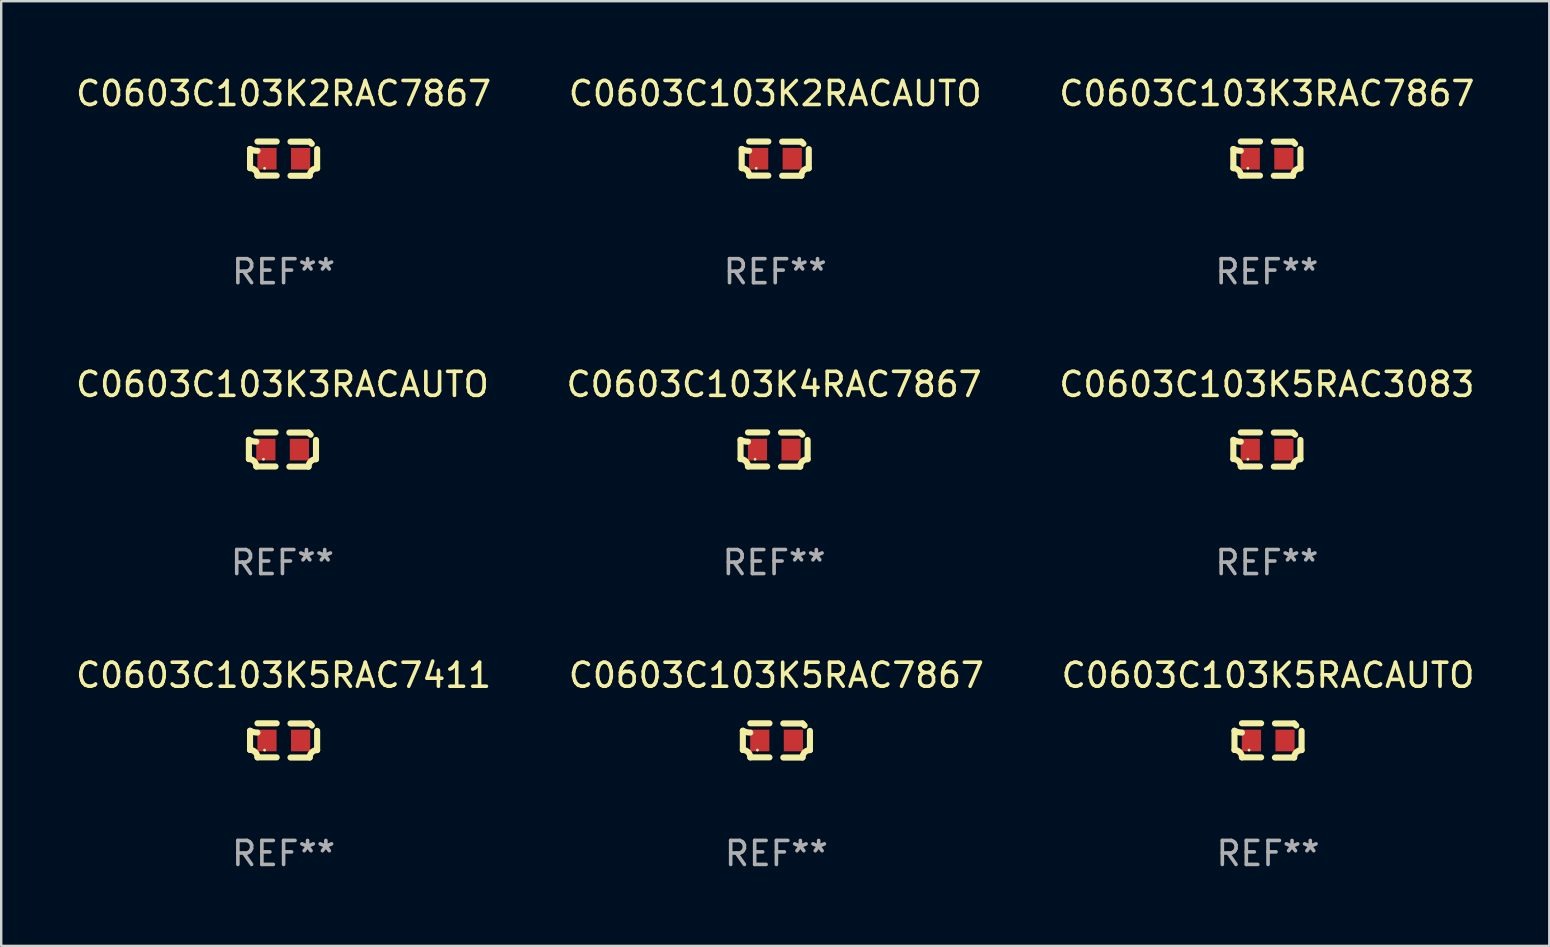
<source format=kicad_pcb>
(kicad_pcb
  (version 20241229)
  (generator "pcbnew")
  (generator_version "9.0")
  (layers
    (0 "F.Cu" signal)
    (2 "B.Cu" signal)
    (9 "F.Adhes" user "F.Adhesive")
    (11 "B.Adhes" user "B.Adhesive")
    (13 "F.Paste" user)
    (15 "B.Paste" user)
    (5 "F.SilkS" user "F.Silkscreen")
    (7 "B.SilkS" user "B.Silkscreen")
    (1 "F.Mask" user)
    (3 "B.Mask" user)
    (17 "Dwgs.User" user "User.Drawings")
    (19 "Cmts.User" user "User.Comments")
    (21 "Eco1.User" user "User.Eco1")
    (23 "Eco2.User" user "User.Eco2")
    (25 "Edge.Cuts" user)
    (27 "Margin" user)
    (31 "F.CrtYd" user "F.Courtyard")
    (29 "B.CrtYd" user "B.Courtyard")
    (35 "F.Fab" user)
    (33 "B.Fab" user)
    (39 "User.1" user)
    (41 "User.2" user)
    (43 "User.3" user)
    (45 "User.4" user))
  (footprint "C0603C103K3RAC7867"
    (layer "F.Cu")
    (at 49.744 3.561)
    (property "Reference" "C0603C103K3RAC7867" (at 0 -2.713 0) (layer "F.SilkS") (effects (font (size 1 1) (thickness 0.15))))
    (attr through_hole)
    (fp_line (start -1.398 -0.403) (end -1.398 0.397) (stroke (width 0.254) (type solid)) (layer "F.SilkS"))
    (fp_line (start -0.288 -0.713) (end -1.088 -0.713) (stroke (width 0.254) (type solid)) (layer "F.SilkS"))
    (fp_line (start -0.288 0.707) (end -1.088 0.707) (stroke (width 0.254) (type solid)) (layer "F.SilkS"))
    (fp_line (start 0.288 -0.707) (end 1.088 -0.707) (stroke (width 0.254) (type solid)) (layer "F.SilkS"))
    (fp_line (start 0.288 0.713) (end 1.088 0.713) (stroke (width 0.254) (type solid)) (layer "F.SilkS"))
    (fp_line (start 1.398 -0.397) (end 1.398 0.403) (stroke (width 0.254) (type solid)) (layer "F.SilkS"))
    (fp_arc (start -1.397789 0.397066) (mid -1.178701 0.487826) (end -1.08796 0.706922) (stroke (width 0.254001) (type solid)) (layer "F.SilkS"))
    (fp_arc (start -1.08796 -0.327176) (mid -1.247436 -0.346384) (end -1.39779 -0.402908) (stroke (width 0.254001) (type solid)) (layer "F.SilkS"))
    (fp_arc (start 1.087909 0.712738) (mid 1.178656 0.493655) (end 1.397739 0.402908) (stroke (width 0.254001) (type solid)) (layer "F.SilkS"))
    (fp_arc (start 1.175925 -0.618926) (mid 1.131917 -0.662923) (end 1.08791 -0.706922) (stroke (width 0.254001) (type solid)) (layer "F.SilkS"))
    (fp_circle (center -0.792 0.403) (end -0.762 0.403) (stroke (width 0.06) (type solid)) (fill no) (layer "F.SilkS"))
    (fp_text user "REF**" (at 0 4.713 0) (layer "F.Fab") (effects (font (size 1 1) (thickness 0.15))))
    (pad "1" smd rect (at -0.692 0.003) (size 0.8 0.9) (layers "F.Cu" "F.Mask" "F.Paste"))
    (pad "2" smd rect (at 0.708 0.003) (size 0.8 0.9) (layers "F.Cu" "F.Mask" "F.Paste")))
  (footprint "C0603C103K5RAC7867"
    (layer "F.Cu")
    (at 29.304 27.805)
    (property "Reference" "C0603C103K5RAC7867" (at 0 -2.713 0) (layer "F.SilkS") (effects (font (size 1 1) (thickness 0.15))))
    (attr through_hole)
    (fp_line (start -1.398 -0.403) (end -1.398 0.397) (stroke (width 0.254) (type solid)) (layer "F.SilkS"))
    (fp_line (start -0.288 -0.713) (end -1.088 -0.713) (stroke (width 0.254) (type solid)) (layer "F.SilkS"))
    (fp_line (start -0.288 0.707) (end -1.088 0.707) (stroke (width 0.254) (type solid)) (layer "F.SilkS"))
    (fp_line (start 0.288 -0.707) (end 1.088 -0.707) (stroke (width 0.254) (type solid)) (layer "F.SilkS"))
    (fp_line (start 0.288 0.713) (end 1.088 0.713) (stroke (width 0.254) (type solid)) (layer "F.SilkS"))
    (fp_line (start 1.398 -0.397) (end 1.398 0.403) (stroke (width 0.254) (type solid)) (layer "F.SilkS"))
    (fp_arc (start -1.397789 0.397066) (mid -1.178701 0.487826) (end -1.08796 0.706922) (stroke (width 0.254001) (type solid)) (layer "F.SilkS"))
    (fp_arc (start -1.08796 -0.327176) (mid -1.247436 -0.346384) (end -1.39779 -0.402908) (stroke (width 0.254001) (type solid)) (layer "F.SilkS"))
    (fp_arc (start 1.087909 0.712738) (mid 1.178656 0.493655) (end 1.397739 0.402908) (stroke (width 0.254001) (type solid)) (layer "F.SilkS"))
    (fp_arc (start 1.175925 -0.618926) (mid 1.131917 -0.662923) (end 1.08791 -0.706922) (stroke (width 0.254001) (type solid)) (layer "F.SilkS"))
    (fp_circle (center -0.792 0.403) (end -0.762 0.403) (stroke (width 0.06) (type solid)) (fill no) (layer "F.SilkS"))
    (fp_text user "REF**" (at 0 4.713 0) (layer "F.Fab") (effects (font (size 1 1) (thickness 0.15))))
    (pad "1" smd rect (at -0.692 0.003) (size 0.8 0.9) (layers "F.Cu" "F.Mask" "F.Paste"))
    (pad "2" smd rect (at 0.708 0.003) (size 0.8 0.9) (layers "F.Cu" "F.Mask" "F.Paste")))
  (footprint "C0603C103K2RAC7867"
    (layer "F.Cu")
    (at 8.768 3.561)
    (property "Reference" "C0603C103K2RAC7867" (at 0 -2.713 0) (layer "F.SilkS") (effects (font (size 1 1) (thickness 0.15))))
    (attr through_hole)
    (fp_line (start -1.398 -0.403) (end -1.398 0.397) (stroke (width 0.254) (type solid)) (layer "F.SilkS"))
    (fp_line (start -0.288 -0.713) (end -1.088 -0.713) (stroke (width 0.254) (type solid)) (layer "F.SilkS"))
    (fp_line (start -0.288 0.707) (end -1.088 0.707) (stroke (width 0.254) (type solid)) (layer "F.SilkS"))
    (fp_line (start 0.288 -0.707) (end 1.088 -0.707) (stroke (width 0.254) (type solid)) (layer "F.SilkS"))
    (fp_line (start 0.288 0.713) (end 1.088 0.713) (stroke (width 0.254) (type solid)) (layer "F.SilkS"))
    (fp_line (start 1.398 -0.397) (end 1.398 0.403) (stroke (width 0.254) (type solid)) (layer "F.SilkS"))
    (fp_arc (start -1.397789 0.397066) (mid -1.178701 0.487826) (end -1.08796 0.706922) (stroke (width 0.254001) (type solid)) (layer "F.SilkS"))
    (fp_arc (start -1.08796 -0.327176) (mid -1.247436 -0.346384) (end -1.39779 -0.402908) (stroke (width 0.254001) (type solid)) (layer "F.SilkS"))
    (fp_arc (start 1.087909 0.712738) (mid 1.178656 0.493655) (end 1.397739 0.402908) (stroke (width 0.254001) (type solid)) (layer "F.SilkS"))
    (fp_arc (start 1.175925 -0.618926) (mid 1.131917 -0.662923) (end 1.08791 -0.706922) (stroke (width 0.254001) (type solid)) (layer "F.SilkS"))
    (fp_circle (center -0.792 0.403) (end -0.762 0.403) (stroke (width 0.06) (type solid)) (fill no) (layer "F.SilkS"))
    (fp_text user "REF**" (at 0 4.713 0) (layer "F.Fab") (effects (font (size 1 1) (thickness 0.15))))
    (pad "1" smd rect (at -0.692 0.003) (size 0.8 0.9) (layers "F.Cu" "F.Mask" "F.Paste"))
    (pad "2" smd rect (at 0.708 0.003) (size 0.8 0.9) (layers "F.Cu" "F.Mask" "F.Paste")))
  (footprint "C0603C103K2RACAUTO"
    (layer "F.Cu")
    (at 29.256 3.561)
    (property "Reference" "C0603C103K2RACAUTO" (at 0 -2.713 0) (layer "F.SilkS") (effects (font (size 1 1) (thickness 0.15))))
    (attr through_hole)
    (fp_line (start -1.398 -0.403) (end -1.398 0.397) (stroke (width 0.254) (type solid)) (layer "F.SilkS"))
    (fp_line (start -0.288 -0.713) (end -1.088 -0.713) (stroke (width 0.254) (type solid)) (layer "F.SilkS"))
    (fp_line (start -0.288 0.707) (end -1.088 0.707) (stroke (width 0.254) (type solid)) (layer "F.SilkS"))
    (fp_line (start 0.288 -0.707) (end 1.088 -0.707) (stroke (width 0.254) (type solid)) (layer "F.SilkS"))
    (fp_line (start 0.288 0.713) (end 1.088 0.713) (stroke (width 0.254) (type solid)) (layer "F.SilkS"))
    (fp_line (start 1.398 -0.397) (end 1.398 0.403) (stroke (width 0.254) (type solid)) (layer "F.SilkS"))
    (fp_arc (start -1.397789 0.397066) (mid -1.178701 0.487826) (end -1.08796 0.706922) (stroke (width 0.254001) (type solid)) (layer "F.SilkS"))
    (fp_arc (start -1.08796 -0.327176) (mid -1.247436 -0.346384) (end -1.39779 -0.402908) (stroke (width 0.254001) (type solid)) (layer "F.SilkS"))
    (fp_arc (start 1.087909 0.712738) (mid 1.178656 0.493655) (end 1.397739 0.402908) (stroke (width 0.254001) (type solid)) (layer "F.SilkS"))
    (fp_arc (start 1.175925 -0.618926) (mid 1.131917 -0.662923) (end 1.08791 -0.706922) (stroke (width 0.254001) (type solid)) (layer "F.SilkS"))
    (fp_circle (center -0.792 0.403) (end -0.762 0.403) (stroke (width 0.06) (type solid)) (fill no) (layer "F.SilkS"))
    (fp_text user "REF**" (at 0 4.713 0) (layer "F.Fab") (effects (font (size 1 1) (thickness 0.15))))
    (pad "1" smd rect (at -0.692 0.003) (size 0.8 0.9) (layers "F.Cu" "F.Mask" "F.Paste"))
    (pad "2" smd rect (at 0.708 0.003) (size 0.8 0.9) (layers "F.Cu" "F.Mask" "F.Paste")))
  (footprint "C0603C103K5RACAUTO"
    (layer "F.Cu")
    (at 49.792 27.805)
    (property "Reference" "C0603C103K5RACAUTO" (at 0 -2.713 0) (layer "F.SilkS") (effects (font (size 1 1) (thickness 0.15))))
    (attr through_hole)
    (fp_line (start -1.398 -0.403) (end -1.398 0.397) (stroke (width 0.254) (type solid)) (layer "F.SilkS"))
    (fp_line (start -0.288 -0.713) (end -1.088 -0.713) (stroke (width 0.254) (type solid)) (layer "F.SilkS"))
    (fp_line (start -0.288 0.707) (end -1.088 0.707) (stroke (width 0.254) (type solid)) (layer "F.SilkS"))
    (fp_line (start 0.288 -0.707) (end 1.088 -0.707) (stroke (width 0.254) (type solid)) (layer "F.SilkS"))
    (fp_line (start 0.288 0.713) (end 1.088 0.713) (stroke (width 0.254) (type solid)) (layer "F.SilkS"))
    (fp_line (start 1.398 -0.397) (end 1.398 0.403) (stroke (width 0.254) (type solid)) (layer "F.SilkS"))
    (fp_arc (start -1.397789 0.397066) (mid -1.178701 0.487826) (end -1.08796 0.706922) (stroke (width 0.254001) (type solid)) (layer "F.SilkS"))
    (fp_arc (start -1.08796 -0.327176) (mid -1.247436 -0.346384) (end -1.39779 -0.402908) (stroke (width 0.254001) (type solid)) (layer "F.SilkS"))
    (fp_arc (start 1.087909 0.712738) (mid 1.178656 0.493655) (end 1.397739 0.402908) (stroke (width 0.254001) (type solid)) (layer "F.SilkS"))
    (fp_arc (start 1.175925 -0.618926) (mid 1.131917 -0.662923) (end 1.08791 -0.706922) (stroke (width 0.254001) (type solid)) (layer "F.SilkS"))
    (fp_circle (center -0.792 0.403) (end -0.762 0.403) (stroke (width 0.06) (type solid)) (fill no) (layer "F.SilkS"))
    (fp_text user "REF**" (at 0 4.713 0) (layer "F.Fab") (effects (font (size 1 1) (thickness 0.15))))
    (pad "1" smd rect (at -0.692 0.003) (size 0.8 0.9) (layers "F.Cu" "F.Mask" "F.Paste"))
    (pad "2" smd rect (at 0.708 0.003) (size 0.8 0.9) (layers "F.Cu" "F.Mask" "F.Paste")))
  (footprint "C0603C103K4RAC7867"
    (layer "F.Cu")
    (at 29.208 15.683)
    (property "Reference" "C0603C103K4RAC7867" (at 0 -2.713 0) (layer "F.SilkS") (effects (font (size 1 1) (thickness 0.15))))
    (attr through_hole)
    (fp_line (start -1.398 -0.403) (end -1.398 0.397) (stroke (width 0.254) (type solid)) (layer "F.SilkS"))
    (fp_line (start -0.288 -0.713) (end -1.088 -0.713) (stroke (width 0.254) (type solid)) (layer "F.SilkS"))
    (fp_line (start -0.288 0.707) (end -1.088 0.707) (stroke (width 0.254) (type solid)) (layer "F.SilkS"))
    (fp_line (start 0.288 -0.707) (end 1.088 -0.707) (stroke (width 0.254) (type solid)) (layer "F.SilkS"))
    (fp_line (start 0.288 0.713) (end 1.088 0.713) (stroke (width 0.254) (type solid)) (layer "F.SilkS"))
    (fp_line (start 1.398 -0.397) (end 1.398 0.403) (stroke (width 0.254) (type solid)) (layer "F.SilkS"))
    (fp_arc (start -1.397789 0.397066) (mid -1.178701 0.487826) (end -1.08796 0.706922) (stroke (width 0.254001) (type solid)) (layer "F.SilkS"))
    (fp_arc (start -1.08796 -0.327176) (mid -1.247436 -0.346384) (end -1.39779 -0.402908) (stroke (width 0.254001) (type solid)) (layer "F.SilkS"))
    (fp_arc (start 1.087909 0.712738) (mid 1.178656 0.493655) (end 1.397739 0.402908) (stroke (width 0.254001) (type solid)) (layer "F.SilkS"))
    (fp_arc (start 1.175925 -0.618926) (mid 1.131917 -0.662923) (end 1.08791 -0.706922) (stroke (width 0.254001) (type solid)) (layer "F.SilkS"))
    (fp_circle (center -0.792 0.403) (end -0.762 0.403) (stroke (width 0.06) (type solid)) (fill no) (layer "F.SilkS"))
    (fp_text user "REF**" (at 0 4.713 0) (layer "F.Fab") (effects (font (size 1 1) (thickness 0.15))))
    (pad "1" smd rect (at -0.692 0.003) (size 0.8 0.9) (layers "F.Cu" "F.Mask" "F.Paste"))
    (pad "2" smd rect (at 0.708 0.003) (size 0.8 0.9) (layers "F.Cu" "F.Mask" "F.Paste")))
  (footprint "C0603C103K5RAC3083"
    (layer "F.Cu")
    (at 49.744 15.683)
    (property "Reference" "C0603C103K5RAC3083" (at 0 -2.713 0) (layer "F.SilkS") (effects (font (size 1 1) (thickness 0.15))))
    (attr through_hole)
    (fp_line (start -1.398 -0.403) (end -1.398 0.397) (stroke (width 0.254) (type solid)) (layer "F.SilkS"))
    (fp_line (start -0.288 -0.713) (end -1.088 -0.713) (stroke (width 0.254) (type solid)) (layer "F.SilkS"))
    (fp_line (start -0.288 0.707) (end -1.088 0.707) (stroke (width 0.254) (type solid)) (layer "F.SilkS"))
    (fp_line (start 0.288 -0.707) (end 1.088 -0.707) (stroke (width 0.254) (type solid)) (layer "F.SilkS"))
    (fp_line (start 0.288 0.713) (end 1.088 0.713) (stroke (width 0.254) (type solid)) (layer "F.SilkS"))
    (fp_line (start 1.398 -0.397) (end 1.398 0.403) (stroke (width 0.254) (type solid)) (layer "F.SilkS"))
    (fp_arc (start -1.397789 0.397066) (mid -1.178701 0.487826) (end -1.08796 0.706922) (stroke (width 0.254001) (type solid)) (layer "F.SilkS"))
    (fp_arc (start -1.08796 -0.327176) (mid -1.247436 -0.346384) (end -1.39779 -0.402908) (stroke (width 0.254001) (type solid)) (layer "F.SilkS"))
    (fp_arc (start 1.087909 0.712738) (mid 1.178656 0.493655) (end 1.397739 0.402908) (stroke (width 0.254001) (type solid)) (layer "F.SilkS"))
    (fp_arc (start 1.175925 -0.618926) (mid 1.131917 -0.662923) (end 1.08791 -0.706922) (stroke (width 0.254001) (type solid)) (layer "F.SilkS"))
    (fp_circle (center -0.792 0.403) (end -0.762 0.403) (stroke (width 0.06) (type solid)) (fill no) (layer "F.SilkS"))
    (fp_text user "REF**" (at 0 4.713 0) (layer "F.Fab") (effects (font (size 1 1) (thickness 0.15))))
    (pad "1" smd rect (at -0.692 0.003) (size 0.8 0.9) (layers "F.Cu" "F.Mask" "F.Paste"))
    (pad "2" smd rect (at 0.708 0.003) (size 0.8 0.9) (layers "F.Cu" "F.Mask" "F.Paste")))
  (footprint "C0603C103K5RAC7411"
    (layer "F.Cu")
    (at 8.768 27.805)
    (property "Reference" "C0603C103K5RAC7411" (at 0 -2.713 0) (layer "F.SilkS") (effects (font (size 1 1) (thickness 0.15))))
    (attr through_hole)
    (fp_line (start -1.398 -0.403) (end -1.398 0.397) (stroke (width 0.254) (type solid)) (layer "F.SilkS"))
    (fp_line (start -0.288 -0.713) (end -1.088 -0.713) (stroke (width 0.254) (type solid)) (layer "F.SilkS"))
    (fp_line (start -0.288 0.707) (end -1.088 0.707) (stroke (width 0.254) (type solid)) (layer "F.SilkS"))
    (fp_line (start 0.288 -0.707) (end 1.088 -0.707) (stroke (width 0.254) (type solid)) (layer "F.SilkS"))
    (fp_line (start 0.288 0.713) (end 1.088 0.713) (stroke (width 0.254) (type solid)) (layer "F.SilkS"))
    (fp_line (start 1.398 -0.397) (end 1.398 0.403) (stroke (width 0.254) (type solid)) (layer "F.SilkS"))
    (fp_arc (start -1.397789 0.397066) (mid -1.178701 0.487826) (end -1.08796 0.706922) (stroke (width 0.254001) (type solid)) (layer "F.SilkS"))
    (fp_arc (start -1.08796 -0.327176) (mid -1.247436 -0.346384) (end -1.39779 -0.402908) (stroke (width 0.254001) (type solid)) (layer "F.SilkS"))
    (fp_arc (start 1.087909 0.712738) (mid 1.178656 0.493655) (end 1.397739 0.402908) (stroke (width 0.254001) (type solid)) (layer "F.SilkS"))
    (fp_arc (start 1.175925 -0.618926) (mid 1.131917 -0.662923) (end 1.08791 -0.706922) (stroke (width 0.254001) (type solid)) (layer "F.SilkS"))
    (fp_circle (center -0.792 0.403) (end -0.762 0.403) (stroke (width 0.06) (type solid)) (fill no) (layer "F.SilkS"))
    (fp_text user "REF**" (at 0 4.713 0) (layer "F.Fab") (effects (font (size 1 1) (thickness 0.15))))
    (pad "1" smd rect (at -0.692 0.003) (size 0.8 0.9) (layers "F.Cu" "F.Mask" "F.Paste"))
    (pad "2" smd rect (at 0.708 0.003) (size 0.8 0.9) (layers "F.Cu" "F.Mask" "F.Paste")))
  (footprint "C0603C103K3RACAUTO"
    (layer "F.Cu")
    (at 8.72 15.683)
    (property "Reference" "C0603C103K3RACAUTO" (at 0 -2.713 0) (layer "F.SilkS") (effects (font (size 1 1) (thickness 0.15))))
    (attr through_hole)
    (fp_line (start -1.398 -0.403) (end -1.398 0.397) (stroke (width 0.254) (type solid)) (layer "F.SilkS"))
    (fp_line (start -0.288 -0.713) (end -1.088 -0.713) (stroke (width 0.254) (type solid)) (layer "F.SilkS"))
    (fp_line (start -0.288 0.707) (end -1.088 0.707) (stroke (width 0.254) (type solid)) (layer "F.SilkS"))
    (fp_line (start 0.288 -0.707) (end 1.088 -0.707) (stroke (width 0.254) (type solid)) (layer "F.SilkS"))
    (fp_line (start 0.288 0.713) (end 1.088 0.713) (stroke (width 0.254) (type solid)) (layer "F.SilkS"))
    (fp_line (start 1.398 -0.397) (end 1.398 0.403) (stroke (width 0.254) (type solid)) (layer "F.SilkS"))
    (fp_arc (start -1.397789 0.397066) (mid -1.178701 0.487826) (end -1.08796 0.706922) (stroke (width 0.254001) (type solid)) (layer "F.SilkS"))
    (fp_arc (start -1.08796 -0.327176) (mid -1.247436 -0.346384) (end -1.39779 -0.402908) (stroke (width 0.254001) (type solid)) (layer "F.SilkS"))
    (fp_arc (start 1.087909 0.712738) (mid 1.178656 0.493655) (end 1.397739 0.402908) (stroke (width 0.254001) (type solid)) (layer "F.SilkS"))
    (fp_arc (start 1.175925 -0.618926) (mid 1.131917 -0.662923) (end 1.08791 -0.706922) (stroke (width 0.254001) (type solid)) (layer "F.SilkS"))
    (fp_circle (center -0.792 0.403) (end -0.762 0.403) (stroke (width 0.06) (type solid)) (fill no) (layer "F.SilkS"))
    (fp_text user "REF**" (at 0 4.713 0) (layer "F.Fab") (effects (font (size 1 1) (thickness 0.15))))
    (pad "1" smd rect (at -0.692 0.003) (size 0.8 0.9) (layers "F.Cu" "F.Mask" "F.Paste"))
    (pad "2" smd rect (at 0.708 0.003) (size 0.8 0.9) (layers "F.Cu" "F.Mask" "F.Paste")))
  (gr_rect
    (start -3 -3)
    (end 61.512 36.366)
    (stroke (width 0.1) (type default))
    (fill no)
    (layer "Edge.Cuts")))
</source>
